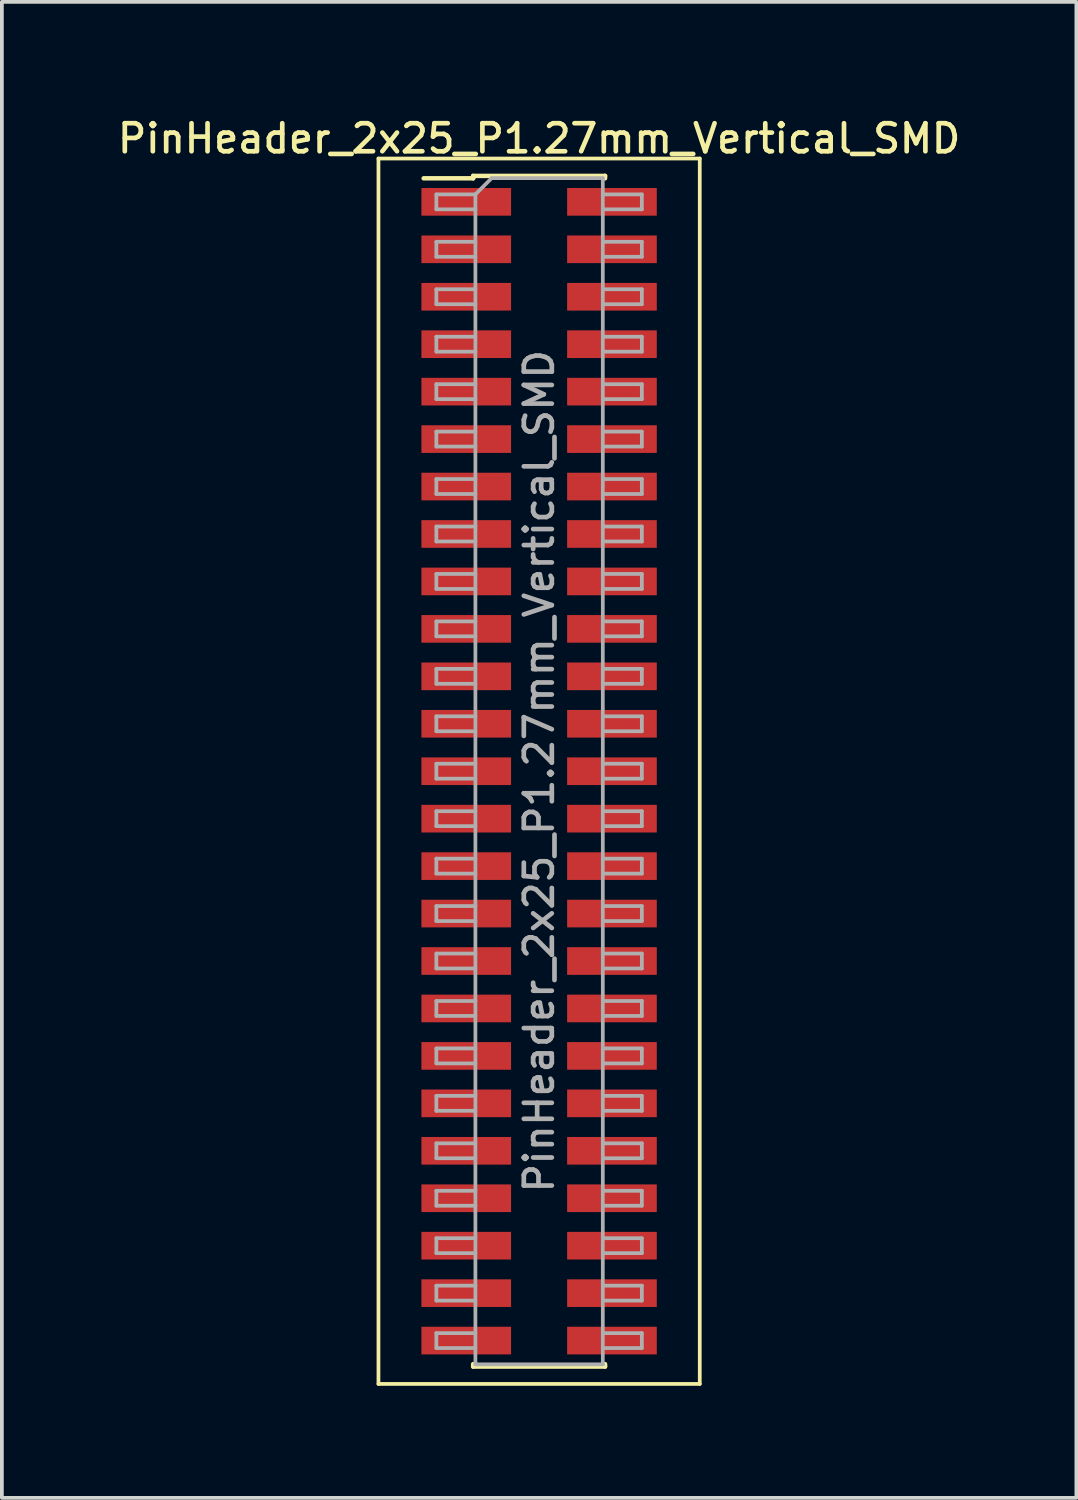
<source format=kicad_pcb>
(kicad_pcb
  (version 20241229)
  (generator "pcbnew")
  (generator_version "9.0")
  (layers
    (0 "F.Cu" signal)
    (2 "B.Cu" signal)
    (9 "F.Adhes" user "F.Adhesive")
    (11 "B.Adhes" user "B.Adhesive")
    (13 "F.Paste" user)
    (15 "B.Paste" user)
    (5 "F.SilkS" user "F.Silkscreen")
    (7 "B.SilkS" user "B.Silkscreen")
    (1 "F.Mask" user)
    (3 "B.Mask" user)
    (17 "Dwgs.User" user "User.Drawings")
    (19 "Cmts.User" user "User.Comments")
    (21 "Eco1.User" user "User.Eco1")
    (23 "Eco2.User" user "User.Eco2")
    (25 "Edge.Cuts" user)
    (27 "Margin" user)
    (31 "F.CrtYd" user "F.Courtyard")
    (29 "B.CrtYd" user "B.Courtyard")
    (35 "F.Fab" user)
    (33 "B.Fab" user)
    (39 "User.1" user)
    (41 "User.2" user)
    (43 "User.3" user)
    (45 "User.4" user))
  (footprint "PinHeader_2x25_P1.27mm_Vertical_SMD"
    (layer "F.Cu")
    (at 11.38 17.593)
    (property "Reference" "PinHeader_2x25_P1.27mm_Vertical_SMD" (at 0 -16.935 0) (layer "F.SilkS") (effects (font (size 0.75 0.75) (thickness 0.125))))
    (attr smd)
    (fp_line (start -4.3 -16.4) (end -4.3 16.4) (stroke (width 0.1) (type solid)) (layer "F.SilkS"))
    (fp_line (start -4.3 16.4) (end 4.3 16.4) (stroke (width 0.1) (type solid)) (layer "F.SilkS"))
    (fp_line (start -3.09 -15.87) (end -1.765 -15.87) (stroke (width 0.12) (type solid)) (layer "F.SilkS"))
    (fp_line (start -1.765 -15.935) (end -1.765 -15.87) (stroke (width 0.12) (type solid)) (layer "F.SilkS"))
    (fp_line (start -1.765 -15.935) (end 1.765 -15.935) (stroke (width 0.12) (type solid)) (layer "F.SilkS"))
    (fp_line (start -1.765 15.87) (end -1.765 15.935) (stroke (width 0.12) (type solid)) (layer "F.SilkS"))
    (fp_line (start -1.765 15.935) (end 1.765 15.935) (stroke (width 0.12) (type solid)) (layer "F.SilkS"))
    (fp_line (start 1.765 -15.935) (end 1.765 -15.87) (stroke (width 0.12) (type solid)) (layer "F.SilkS"))
    (fp_line (start 1.765 15.87) (end 1.765 15.935) (stroke (width 0.12) (type solid)) (layer "F.SilkS"))
    (fp_line (start 4.3 -16.4) (end -4.3 -16.4) (stroke (width 0.1) (type solid)) (layer "F.SilkS"))
    (fp_line (start 4.3 16.4) (end 4.3 -16.4) (stroke (width 0.1) (type solid)) (layer "F.SilkS"))
    (fp_line (start -2.75 -15.44) (end -2.75 -15.04) (stroke (width 0.1) (type solid)) (layer "F.Fab"))
    (fp_line (start -2.75 -15.04) (end -1.705 -15.04) (stroke (width 0.1) (type solid)) (layer "F.Fab"))
    (fp_line (start -2.75 -14.17) (end -2.75 -13.77) (stroke (width 0.1) (type solid)) (layer "F.Fab"))
    (fp_line (start -2.75 -13.77) (end -1.705 -13.77) (stroke (width 0.1) (type solid)) (layer "F.Fab"))
    (fp_line (start -2.75 -12.9) (end -2.75 -12.5) (stroke (width 0.1) (type solid)) (layer "F.Fab"))
    (fp_line (start -2.75 -12.5) (end -1.705 -12.5) (stroke (width 0.1) (type solid)) (layer "F.Fab"))
    (fp_line (start -2.75 -11.63) (end -2.75 -11.23) (stroke (width 0.1) (type solid)) (layer "F.Fab"))
    (fp_line (start -2.75 -11.23) (end -1.705 -11.23) (stroke (width 0.1) (type solid)) (layer "F.Fab"))
    (fp_line (start -2.75 -10.36) (end -2.75 -9.96) (stroke (width 0.1) (type solid)) (layer "F.Fab"))
    (fp_line (start -2.75 -9.96) (end -1.705 -9.96) (stroke (width 0.1) (type solid)) (layer "F.Fab"))
    (fp_line (start -2.75 -9.09) (end -2.75 -8.69) (stroke (width 0.1) (type solid)) (layer "F.Fab"))
    (fp_line (start -2.75 -8.69) (end -1.705 -8.69) (stroke (width 0.1) (type solid)) (layer "F.Fab"))
    (fp_line (start -2.75 -7.82) (end -2.75 -7.42) (stroke (width 0.1) (type solid)) (layer "F.Fab"))
    (fp_line (start -2.75 -7.42) (end -1.705 -7.42) (stroke (width 0.1) (type solid)) (layer "F.Fab"))
    (fp_line (start -2.75 -6.55) (end -2.75 -6.15) (stroke (width 0.1) (type solid)) (layer "F.Fab"))
    (fp_line (start -2.75 -6.15) (end -1.705 -6.15) (stroke (width 0.1) (type solid)) (layer "F.Fab"))
    (fp_line (start -2.75 -5.28) (end -2.75 -4.88) (stroke (width 0.1) (type solid)) (layer "F.Fab"))
    (fp_line (start -2.75 -4.88) (end -1.705 -4.88) (stroke (width 0.1) (type solid)) (layer "F.Fab"))
    (fp_line (start -2.75 -4.01) (end -2.75 -3.61) (stroke (width 0.1) (type solid)) (layer "F.Fab"))
    (fp_line (start -2.75 -3.61) (end -1.705 -3.61) (stroke (width 0.1) (type solid)) (layer "F.Fab"))
    (fp_line (start -2.75 -2.74) (end -2.75 -2.34) (stroke (width 0.1) (type solid)) (layer "F.Fab"))
    (fp_line (start -2.75 -2.34) (end -1.705 -2.34) (stroke (width 0.1) (type solid)) (layer "F.Fab"))
    (fp_line (start -2.75 -1.47) (end -2.75 -1.07) (stroke (width 0.1) (type solid)) (layer "F.Fab"))
    (fp_line (start -2.75 -1.07) (end -1.705 -1.07) (stroke (width 0.1) (type solid)) (layer "F.Fab"))
    (fp_line (start -2.75 -0.2) (end -2.75 0.2) (stroke (width 0.1) (type solid)) (layer "F.Fab"))
    (fp_line (start -2.75 0.2) (end -1.705 0.2) (stroke (width 0.1) (type solid)) (layer "F.Fab"))
    (fp_line (start -2.75 1.07) (end -2.75 1.47) (stroke (width 0.1) (type solid)) (layer "F.Fab"))
    (fp_line (start -2.75 1.47) (end -1.705 1.47) (stroke (width 0.1) (type solid)) (layer "F.Fab"))
    (fp_line (start -2.75 2.34) (end -2.75 2.74) (stroke (width 0.1) (type solid)) (layer "F.Fab"))
    (fp_line (start -2.75 2.74) (end -1.705 2.74) (stroke (width 0.1) (type solid)) (layer "F.Fab"))
    (fp_line (start -2.75 3.61) (end -2.75 4.01) (stroke (width 0.1) (type solid)) (layer "F.Fab"))
    (fp_line (start -2.75 4.01) (end -1.705 4.01) (stroke (width 0.1) (type solid)) (layer "F.Fab"))
    (fp_line (start -2.75 4.88) (end -2.75 5.28) (stroke (width 0.1) (type solid)) (layer "F.Fab"))
    (fp_line (start -2.75 5.28) (end -1.705 5.28) (stroke (width 0.1) (type solid)) (layer "F.Fab"))
    (fp_line (start -2.75 6.15) (end -2.75 6.55) (stroke (width 0.1) (type solid)) (layer "F.Fab"))
    (fp_line (start -2.75 6.55) (end -1.705 6.55) (stroke (width 0.1) (type solid)) (layer "F.Fab"))
    (fp_line (start -2.75 7.42) (end -2.75 7.82) (stroke (width 0.1) (type solid)) (layer "F.Fab"))
    (fp_line (start -2.75 7.82) (end -1.705 7.82) (stroke (width 0.1) (type solid)) (layer "F.Fab"))
    (fp_line (start -2.75 8.69) (end -2.75 9.09) (stroke (width 0.1) (type solid)) (layer "F.Fab"))
    (fp_line (start -2.75 9.09) (end -1.705 9.09) (stroke (width 0.1) (type solid)) (layer "F.Fab"))
    (fp_line (start -2.75 9.96) (end -2.75 10.36) (stroke (width 0.1) (type solid)) (layer "F.Fab"))
    (fp_line (start -2.75 10.36) (end -1.705 10.36) (stroke (width 0.1) (type solid)) (layer "F.Fab"))
    (fp_line (start -2.75 11.23) (end -2.75 11.63) (stroke (width 0.1) (type solid)) (layer "F.Fab"))
    (fp_line (start -2.75 11.63) (end -1.705 11.63) (stroke (width 0.1) (type solid)) (layer "F.Fab"))
    (fp_line (start -2.75 12.5) (end -2.75 12.9) (stroke (width 0.1) (type solid)) (layer "F.Fab"))
    (fp_line (start -2.75 12.9) (end -1.705 12.9) (stroke (width 0.1) (type solid)) (layer "F.Fab"))
    (fp_line (start -2.75 13.77) (end -2.75 14.17) (stroke (width 0.1) (type solid)) (layer "F.Fab"))
    (fp_line (start -2.75 14.17) (end -1.705 14.17) (stroke (width 0.1) (type solid)) (layer "F.Fab"))
    (fp_line (start -2.75 15.04) (end -2.75 15.44) (stroke (width 0.1) (type solid)) (layer "F.Fab"))
    (fp_line (start -2.75 15.44) (end -1.705 15.44) (stroke (width 0.1) (type solid)) (layer "F.Fab"))
    (fp_line (start -1.705 -15.44) (end -2.75 -15.44) (stroke (width 0.1) (type solid)) (layer "F.Fab"))
    (fp_line (start -1.705 -15.44) (end -1.27 -15.875) (stroke (width 0.1) (type solid)) (layer "F.Fab"))
    (fp_line (start -1.705 -14.17) (end -2.75 -14.17) (stroke (width 0.1) (type solid)) (layer "F.Fab"))
    (fp_line (start -1.705 -12.9) (end -2.75 -12.9) (stroke (width 0.1) (type solid)) (layer "F.Fab"))
    (fp_line (start -1.705 -11.63) (end -2.75 -11.63) (stroke (width 0.1) (type solid)) (layer "F.Fab"))
    (fp_line (start -1.705 -10.36) (end -2.75 -10.36) (stroke (width 0.1) (type solid)) (layer "F.Fab"))
    (fp_line (start -1.705 -9.09) (end -2.75 -9.09) (stroke (width 0.1) (type solid)) (layer "F.Fab"))
    (fp_line (start -1.705 -7.82) (end -2.75 -7.82) (stroke (width 0.1) (type solid)) (layer "F.Fab"))
    (fp_line (start -1.705 -6.55) (end -2.75 -6.55) (stroke (width 0.1) (type solid)) (layer "F.Fab"))
    (fp_line (start -1.705 -5.28) (end -2.75 -5.28) (stroke (width 0.1) (type solid)) (layer "F.Fab"))
    (fp_line (start -1.705 -4.01) (end -2.75 -4.01) (stroke (width 0.1) (type solid)) (layer "F.Fab"))
    (fp_line (start -1.705 -2.74) (end -2.75 -2.74) (stroke (width 0.1) (type solid)) (layer "F.Fab"))
    (fp_line (start -1.705 -1.47) (end -2.75 -1.47) (stroke (width 0.1) (type solid)) (layer "F.Fab"))
    (fp_line (start -1.705 -0.2) (end -2.75 -0.2) (stroke (width 0.1) (type solid)) (layer "F.Fab"))
    (fp_line (start -1.705 1.07) (end -2.75 1.07) (stroke (width 0.1) (type solid)) (layer "F.Fab"))
    (fp_line (start -1.705 2.34) (end -2.75 2.34) (stroke (width 0.1) (type solid)) (layer "F.Fab"))
    (fp_line (start -1.705 3.61) (end -2.75 3.61) (stroke (width 0.1) (type solid)) (layer "F.Fab"))
    (fp_line (start -1.705 4.88) (end -2.75 4.88) (stroke (width 0.1) (type solid)) (layer "F.Fab"))
    (fp_line (start -1.705 6.15) (end -2.75 6.15) (stroke (width 0.1) (type solid)) (layer "F.Fab"))
    (fp_line (start -1.705 7.42) (end -2.75 7.42) (stroke (width 0.1) (type solid)) (layer "F.Fab"))
    (fp_line (start -1.705 8.69) (end -2.75 8.69) (stroke (width 0.1) (type solid)) (layer "F.Fab"))
    (fp_line (start -1.705 9.96) (end -2.75 9.96) (stroke (width 0.1) (type solid)) (layer "F.Fab"))
    (fp_line (start -1.705 11.23) (end -2.75 11.23) (stroke (width 0.1) (type solid)) (layer "F.Fab"))
    (fp_line (start -1.705 12.5) (end -2.75 12.5) (stroke (width 0.1) (type solid)) (layer "F.Fab"))
    (fp_line (start -1.705 13.77) (end -2.75 13.77) (stroke (width 0.1) (type solid)) (layer "F.Fab"))
    (fp_line (start -1.705 15.04) (end -2.75 15.04) (stroke (width 0.1) (type solid)) (layer "F.Fab"))
    (fp_line (start -1.705 15.875) (end -1.705 -15.44) (stroke (width 0.1) (type solid)) (layer "F.Fab"))
    (fp_line (start -1.27 -15.875) (end 1.705 -15.875) (stroke (width 0.1) (type solid)) (layer "F.Fab"))
    (fp_line (start 1.705 -15.875) (end 1.705 15.875) (stroke (width 0.1) (type solid)) (layer "F.Fab"))
    (fp_line (start 1.705 -15.44) (end 2.75 -15.44) (stroke (width 0.1) (type solid)) (layer "F.Fab"))
    (fp_line (start 1.705 -14.17) (end 2.75 -14.17) (stroke (width 0.1) (type solid)) (layer "F.Fab"))
    (fp_line (start 1.705 -12.9) (end 2.75 -12.9) (stroke (width 0.1) (type solid)) (layer "F.Fab"))
    (fp_line (start 1.705 -11.63) (end 2.75 -11.63) (stroke (width 0.1) (type solid)) (layer "F.Fab"))
    (fp_line (start 1.705 -10.36) (end 2.75 -10.36) (stroke (width 0.1) (type solid)) (layer "F.Fab"))
    (fp_line (start 1.705 -9.09) (end 2.75 -9.09) (stroke (width 0.1) (type solid)) (layer "F.Fab"))
    (fp_line (start 1.705 -7.82) (end 2.75 -7.82) (stroke (width 0.1) (type solid)) (layer "F.Fab"))
    (fp_line (start 1.705 -6.55) (end 2.75 -6.55) (stroke (width 0.1) (type solid)) (layer "F.Fab"))
    (fp_line (start 1.705 -5.28) (end 2.75 -5.28) (stroke (width 0.1) (type solid)) (layer "F.Fab"))
    (fp_line (start 1.705 -4.01) (end 2.75 -4.01) (stroke (width 0.1) (type solid)) (layer "F.Fab"))
    (fp_line (start 1.705 -2.74) (end 2.75 -2.74) (stroke (width 0.1) (type solid)) (layer "F.Fab"))
    (fp_line (start 1.705 -1.47) (end 2.75 -1.47) (stroke (width 0.1) (type solid)) (layer "F.Fab"))
    (fp_line (start 1.705 -0.2) (end 2.75 -0.2) (stroke (width 0.1) (type solid)) (layer "F.Fab"))
    (fp_line (start 1.705 1.07) (end 2.75 1.07) (stroke (width 0.1) (type solid)) (layer "F.Fab"))
    (fp_line (start 1.705 2.34) (end 2.75 2.34) (stroke (width 0.1) (type solid)) (layer "F.Fab"))
    (fp_line (start 1.705 3.61) (end 2.75 3.61) (stroke (width 0.1) (type solid)) (layer "F.Fab"))
    (fp_line (start 1.705 4.88) (end 2.75 4.88) (stroke (width 0.1) (type solid)) (layer "F.Fab"))
    (fp_line (start 1.705 6.15) (end 2.75 6.15) (stroke (width 0.1) (type solid)) (layer "F.Fab"))
    (fp_line (start 1.705 7.42) (end 2.75 7.42) (stroke (width 0.1) (type solid)) (layer "F.Fab"))
    (fp_line (start 1.705 8.69) (end 2.75 8.69) (stroke (width 0.1) (type solid)) (layer "F.Fab"))
    (fp_line (start 1.705 9.96) (end 2.75 9.96) (stroke (width 0.1) (type solid)) (layer "F.Fab"))
    (fp_line (start 1.705 11.23) (end 2.75 11.23) (stroke (width 0.1) (type solid)) (layer "F.Fab"))
    (fp_line (start 1.705 12.5) (end 2.75 12.5) (stroke (width 0.1) (type solid)) (layer "F.Fab"))
    (fp_line (start 1.705 13.77) (end 2.75 13.77) (stroke (width 0.1) (type solid)) (layer "F.Fab"))
    (fp_line (start 1.705 15.04) (end 2.75 15.04) (stroke (width 0.1) (type solid)) (layer "F.Fab"))
    (fp_line (start 1.705 15.875) (end -1.705 15.875) (stroke (width 0.1) (type solid)) (layer "F.Fab"))
    (fp_line (start 2.75 -15.44) (end 2.75 -15.04) (stroke (width 0.1) (type solid)) (layer "F.Fab"))
    (fp_line (start 2.75 -15.04) (end 1.705 -15.04) (stroke (width 0.1) (type solid)) (layer "F.Fab"))
    (fp_line (start 2.75 -14.17) (end 2.75 -13.77) (stroke (width 0.1) (type solid)) (layer "F.Fab"))
    (fp_line (start 2.75 -13.77) (end 1.705 -13.77) (stroke (width 0.1) (type solid)) (layer "F.Fab"))
    (fp_line (start 2.75 -12.9) (end 2.75 -12.5) (stroke (width 0.1) (type solid)) (layer "F.Fab"))
    (fp_line (start 2.75 -12.5) (end 1.705 -12.5) (stroke (width 0.1) (type solid)) (layer "F.Fab"))
    (fp_line (start 2.75 -11.63) (end 2.75 -11.23) (stroke (width 0.1) (type solid)) (layer "F.Fab"))
    (fp_line (start 2.75 -11.23) (end 1.705 -11.23) (stroke (width 0.1) (type solid)) (layer "F.Fab"))
    (fp_line (start 2.75 -10.36) (end 2.75 -9.96) (stroke (width 0.1) (type solid)) (layer "F.Fab"))
    (fp_line (start 2.75 -9.96) (end 1.705 -9.96) (stroke (width 0.1) (type solid)) (layer "F.Fab"))
    (fp_line (start 2.75 -9.09) (end 2.75 -8.69) (stroke (width 0.1) (type solid)) (layer "F.Fab"))
    (fp_line (start 2.75 -8.69) (end 1.705 -8.69) (stroke (width 0.1) (type solid)) (layer "F.Fab"))
    (fp_line (start 2.75 -7.82) (end 2.75 -7.42) (stroke (width 0.1) (type solid)) (layer "F.Fab"))
    (fp_line (start 2.75 -7.42) (end 1.705 -7.42) (stroke (width 0.1) (type solid)) (layer "F.Fab"))
    (fp_line (start 2.75 -6.55) (end 2.75 -6.15) (stroke (width 0.1) (type solid)) (layer "F.Fab"))
    (fp_line (start 2.75 -6.15) (end 1.705 -6.15) (stroke (width 0.1) (type solid)) (layer "F.Fab"))
    (fp_line (start 2.75 -5.28) (end 2.75 -4.88) (stroke (width 0.1) (type solid)) (layer "F.Fab"))
    (fp_line (start 2.75 -4.88) (end 1.705 -4.88) (stroke (width 0.1) (type solid)) (layer "F.Fab"))
    (fp_line (start 2.75 -4.01) (end 2.75 -3.61) (stroke (width 0.1) (type solid)) (layer "F.Fab"))
    (fp_line (start 2.75 -3.61) (end 1.705 -3.61) (stroke (width 0.1) (type solid)) (layer "F.Fab"))
    (fp_line (start 2.75 -2.74) (end 2.75 -2.34) (stroke (width 0.1) (type solid)) (layer "F.Fab"))
    (fp_line (start 2.75 -2.34) (end 1.705 -2.34) (stroke (width 0.1) (type solid)) (layer "F.Fab"))
    (fp_line (start 2.75 -1.47) (end 2.75 -1.07) (stroke (width 0.1) (type solid)) (layer "F.Fab"))
    (fp_line (start 2.75 -1.07) (end 1.705 -1.07) (stroke (width 0.1) (type solid)) (layer "F.Fab"))
    (fp_line (start 2.75 -0.2) (end 2.75 0.2) (stroke (width 0.1) (type solid)) (layer "F.Fab"))
    (fp_line (start 2.75 0.2) (end 1.705 0.2) (stroke (width 0.1) (type solid)) (layer "F.Fab"))
    (fp_line (start 2.75 1.07) (end 2.75 1.47) (stroke (width 0.1) (type solid)) (layer "F.Fab"))
    (fp_line (start 2.75 1.47) (end 1.705 1.47) (stroke (width 0.1) (type solid)) (layer "F.Fab"))
    (fp_line (start 2.75 2.34) (end 2.75 2.74) (stroke (width 0.1) (type solid)) (layer "F.Fab"))
    (fp_line (start 2.75 2.74) (end 1.705 2.74) (stroke (width 0.1) (type solid)) (layer "F.Fab"))
    (fp_line (start 2.75 3.61) (end 2.75 4.01) (stroke (width 0.1) (type solid)) (layer "F.Fab"))
    (fp_line (start 2.75 4.01) (end 1.705 4.01) (stroke (width 0.1) (type solid)) (layer "F.Fab"))
    (fp_line (start 2.75 4.88) (end 2.75 5.28) (stroke (width 0.1) (type solid)) (layer "F.Fab"))
    (fp_line (start 2.75 5.28) (end 1.705 5.28) (stroke (width 0.1) (type solid)) (layer "F.Fab"))
    (fp_line (start 2.75 6.15) (end 2.75 6.55) (stroke (width 0.1) (type solid)) (layer "F.Fab"))
    (fp_line (start 2.75 6.55) (end 1.705 6.55) (stroke (width 0.1) (type solid)) (layer "F.Fab"))
    (fp_line (start 2.75 7.42) (end 2.75 7.82) (stroke (width 0.1) (type solid)) (layer "F.Fab"))
    (fp_line (start 2.75 7.82) (end 1.705 7.82) (stroke (width 0.1) (type solid)) (layer "F.Fab"))
    (fp_line (start 2.75 8.69) (end 2.75 9.09) (stroke (width 0.1) (type solid)) (layer "F.Fab"))
    (fp_line (start 2.75 9.09) (end 1.705 9.09) (stroke (width 0.1) (type solid)) (layer "F.Fab"))
    (fp_line (start 2.75 9.96) (end 2.75 10.36) (stroke (width 0.1) (type solid)) (layer "F.Fab"))
    (fp_line (start 2.75 10.36) (end 1.705 10.36) (stroke (width 0.1) (type solid)) (layer "F.Fab"))
    (fp_line (start 2.75 11.23) (end 2.75 11.63) (stroke (width 0.1) (type solid)) (layer "F.Fab"))
    (fp_line (start 2.75 11.63) (end 1.705 11.63) (stroke (width 0.1) (type solid)) (layer "F.Fab"))
    (fp_line (start 2.75 12.5) (end 2.75 12.9) (stroke (width 0.1) (type solid)) (layer "F.Fab"))
    (fp_line (start 2.75 12.9) (end 1.705 12.9) (stroke (width 0.1) (type solid)) (layer "F.Fab"))
    (fp_line (start 2.75 13.77) (end 2.75 14.17) (stroke (width 0.1) (type solid)) (layer "F.Fab"))
    (fp_line (start 2.75 14.17) (end 1.705 14.17) (stroke (width 0.1) (type solid)) (layer "F.Fab"))
    (fp_line (start 2.75 15.04) (end 2.75 15.44) (stroke (width 0.1) (type solid)) (layer "F.Fab"))
    (fp_line (start 2.75 15.44) (end 1.705 15.44) (stroke (width 0.1) (type solid)) (layer "F.Fab"))
    (fp_text user "${REFERENCE}" (at 0 0 90) (layer "F.Fab") (effects (font (size 0.75 0.75) (thickness 0.125))))
    (pad "1" smd rect (at -1.95 -15.24) (size 2.4 0.74) (layers "F.Cu" "F.Mask" "F.Paste"))
    (pad "2" smd rect (at 1.95 -15.24) (size 2.4 0.74) (layers "F.Cu" "F.Mask" "F.Paste"))
    (pad "3" smd rect (at -1.95 -13.97) (size 2.4 0.74) (layers "F.Cu" "F.Mask" "F.Paste"))
    (pad "4" smd rect (at 1.95 -13.97) (size 2.4 0.74) (layers "F.Cu" "F.Mask" "F.Paste"))
    (pad "5" smd rect (at -1.95 -12.7) (size 2.4 0.74) (layers "F.Cu" "F.Mask" "F.Paste"))
    (pad "6" smd rect (at 1.95 -12.7) (size 2.4 0.74) (layers "F.Cu" "F.Mask" "F.Paste"))
    (pad "7" smd rect (at -1.95 -11.43) (size 2.4 0.74) (layers "F.Cu" "F.Mask" "F.Paste"))
    (pad "8" smd rect (at 1.95 -11.43) (size 2.4 0.74) (layers "F.Cu" "F.Mask" "F.Paste"))
    (pad "9" smd rect (at -1.95 -10.16) (size 2.4 0.74) (layers "F.Cu" "F.Mask" "F.Paste"))
    (pad "10" smd rect (at 1.95 -10.16) (size 2.4 0.74) (layers "F.Cu" "F.Mask" "F.Paste"))
    (pad "11" smd rect (at -1.95 -8.89) (size 2.4 0.74) (layers "F.Cu" "F.Mask" "F.Paste"))
    (pad "12" smd rect (at 1.95 -8.89) (size 2.4 0.74) (layers "F.Cu" "F.Mask" "F.Paste"))
    (pad "13" smd rect (at -1.95 -7.62) (size 2.4 0.74) (layers "F.Cu" "F.Mask" "F.Paste"))
    (pad "14" smd rect (at 1.95 -7.62) (size 2.4 0.74) (layers "F.Cu" "F.Mask" "F.Paste"))
    (pad "15" smd rect (at -1.95 -6.35) (size 2.4 0.74) (layers "F.Cu" "F.Mask" "F.Paste"))
    (pad "16" smd rect (at 1.95 -6.35) (size 2.4 0.74) (layers "F.Cu" "F.Mask" "F.Paste"))
    (pad "17" smd rect (at -1.95 -5.08) (size 2.4 0.74) (layers "F.Cu" "F.Mask" "F.Paste"))
    (pad "18" smd rect (at 1.95 -5.08) (size 2.4 0.74) (layers "F.Cu" "F.Mask" "F.Paste"))
    (pad "19" smd rect (at -1.95 -3.81) (size 2.4 0.74) (layers "F.Cu" "F.Mask" "F.Paste"))
    (pad "20" smd rect (at 1.95 -3.81) (size 2.4 0.74) (layers "F.Cu" "F.Mask" "F.Paste"))
    (pad "21" smd rect (at -1.95 -2.54) (size 2.4 0.74) (layers "F.Cu" "F.Mask" "F.Paste"))
    (pad "22" smd rect (at 1.95 -2.54) (size 2.4 0.74) (layers "F.Cu" "F.Mask" "F.Paste"))
    (pad "23" smd rect (at -1.95 -1.27) (size 2.4 0.74) (layers "F.Cu" "F.Mask" "F.Paste"))
    (pad "24" smd rect (at 1.95 -1.27) (size 2.4 0.74) (layers "F.Cu" "F.Mask" "F.Paste"))
    (pad "25" smd rect (at -1.95 0) (size 2.4 0.74) (layers "F.Cu" "F.Mask" "F.Paste"))
    (pad "26" smd rect (at 1.95 0) (size 2.4 0.74) (layers "F.Cu" "F.Mask" "F.Paste"))
    (pad "27" smd rect (at -1.95 1.27) (size 2.4 0.74) (layers "F.Cu" "F.Mask" "F.Paste"))
    (pad "28" smd rect (at 1.95 1.27) (size 2.4 0.74) (layers "F.Cu" "F.Mask" "F.Paste"))
    (pad "29" smd rect (at -1.95 2.54) (size 2.4 0.74) (layers "F.Cu" "F.Mask" "F.Paste"))
    (pad "30" smd rect (at 1.95 2.54) (size 2.4 0.74) (layers "F.Cu" "F.Mask" "F.Paste"))
    (pad "31" smd rect (at -1.95 3.81) (size 2.4 0.74) (layers "F.Cu" "F.Mask" "F.Paste"))
    (pad "32" smd rect (at 1.95 3.81) (size 2.4 0.74) (layers "F.Cu" "F.Mask" "F.Paste"))
    (pad "33" smd rect (at -1.95 5.08) (size 2.4 0.74) (layers "F.Cu" "F.Mask" "F.Paste"))
    (pad "34" smd rect (at 1.95 5.08) (size 2.4 0.74) (layers "F.Cu" "F.Mask" "F.Paste"))
    (pad "35" smd rect (at -1.95 6.35) (size 2.4 0.74) (layers "F.Cu" "F.Mask" "F.Paste"))
    (pad "36" smd rect (at 1.95 6.35) (size 2.4 0.74) (layers "F.Cu" "F.Mask" "F.Paste"))
    (pad "37" smd rect (at -1.95 7.62) (size 2.4 0.74) (layers "F.Cu" "F.Mask" "F.Paste"))
    (pad "38" smd rect (at 1.95 7.62) (size 2.4 0.74) (layers "F.Cu" "F.Mask" "F.Paste"))
    (pad "39" smd rect (at -1.95 8.89) (size 2.4 0.74) (layers "F.Cu" "F.Mask" "F.Paste"))
    (pad "40" smd rect (at 1.95 8.89) (size 2.4 0.74) (layers "F.Cu" "F.Mask" "F.Paste"))
    (pad "41" smd rect (at -1.95 10.16) (size 2.4 0.74) (layers "F.Cu" "F.Mask" "F.Paste"))
    (pad "42" smd rect (at 1.95 10.16) (size 2.4 0.74) (layers "F.Cu" "F.Mask" "F.Paste"))
    (pad "43" smd rect (at -1.95 11.43) (size 2.4 0.74) (layers "F.Cu" "F.Mask" "F.Paste"))
    (pad "44" smd rect (at 1.95 11.43) (size 2.4 0.74) (layers "F.Cu" "F.Mask" "F.Paste"))
    (pad "45" smd rect (at -1.95 12.7) (size 2.4 0.74) (layers "F.Cu" "F.Mask" "F.Paste"))
    (pad "46" smd rect (at 1.95 12.7) (size 2.4 0.74) (layers "F.Cu" "F.Mask" "F.Paste"))
    (pad "47" smd rect (at -1.95 13.97) (size 2.4 0.74) (layers "F.Cu" "F.Mask" "F.Paste"))
    (pad "48" smd rect (at 1.95 13.97) (size 2.4 0.74) (layers "F.Cu" "F.Mask" "F.Paste"))
    (pad "49" smd rect (at -1.95 15.24) (size 2.4 0.74) (layers "F.Cu" "F.Mask" "F.Paste"))
    (pad "50" smd rect (at 1.95 15.24) (size 2.4 0.74) (layers "F.Cu" "F.Mask" "F.Paste")))
  (gr_rect
    (start -3 -3)
    (end 25.761 37.043)
    (stroke (width 0.1) (type default))
    (fill no)
    (layer "Edge.Cuts")))
</source>
